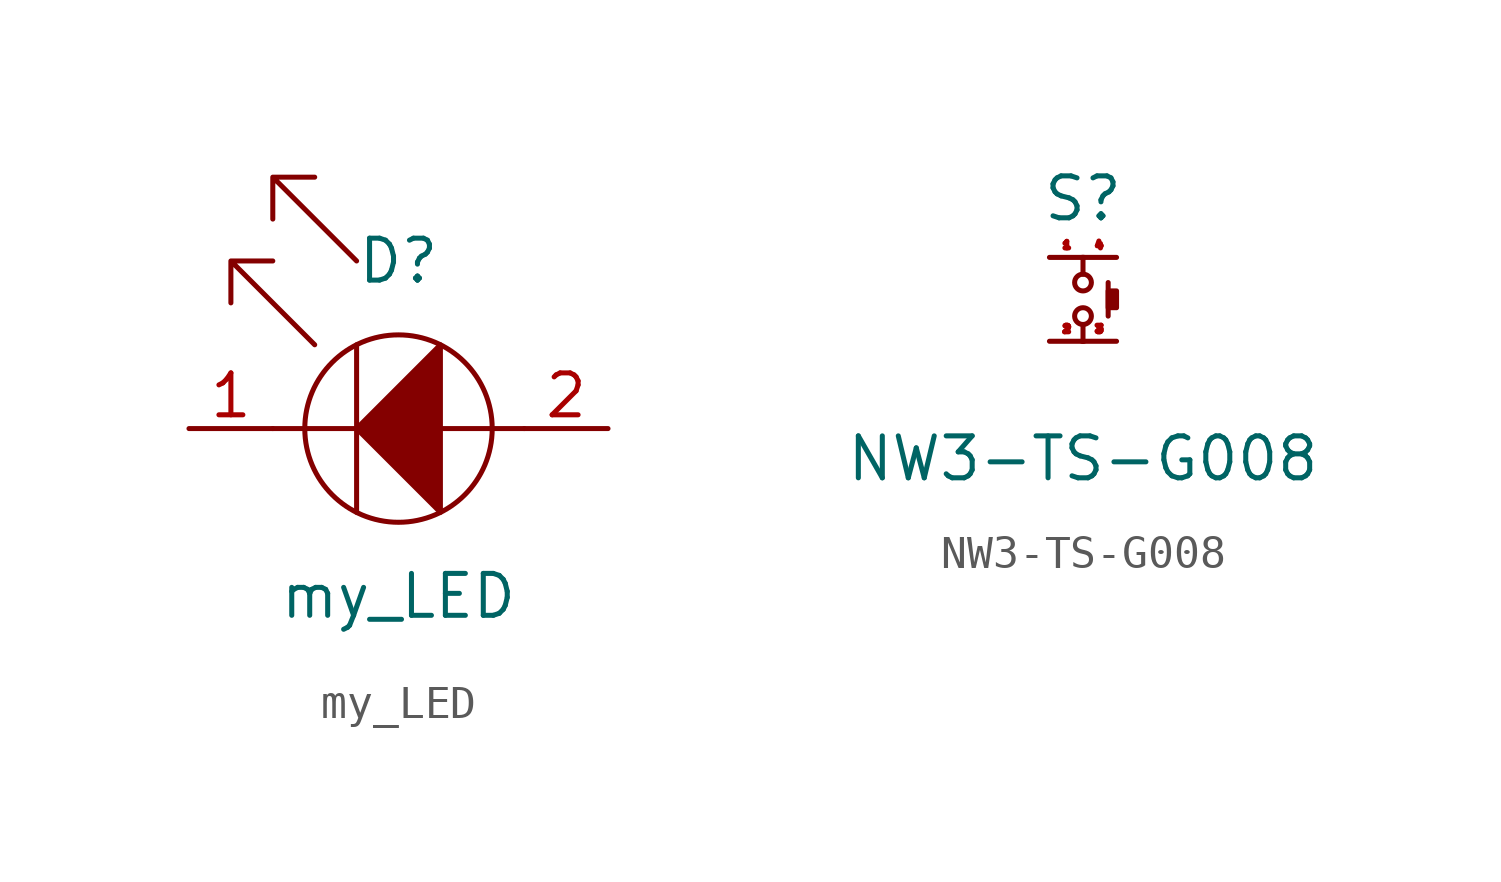
<source format=kicad_sym>
(kicad_symbol_lib
  (version 20211014)
  (generator kicad_symbol_editor)
  (symbol "my_LED"
    (property "Reference" "D"
      (at 0 5.08 0)
      (effects (font (size 1.27 1.27))))
    (property "Value" "my_LED"
      (at 0 -5.08 0)
      (effects (font (size 1.27 1.27))))
    (symbol "my_LED_0_1"
      (polyline (pts (xy -3.81 0) (xy 3.81 0)) (stroke (width 0) (type default) (color 0 0 0 0)) (fill (type none)))
      (polyline (pts (xy -1.27 2.54) (xy -1.27 -2.54)) (stroke (width 0) (type default) (color 0 0 0 0)) (fill (type none)))
      (polyline (pts (xy -5.08 3.81) (xy -5.08 5.08) (xy -3.81 5.08) (xy -5.08 5.08) (xy -2.54 2.54)) (stroke (width 0) (type default) (color 0 0 0 0)) (fill (type none)))
      (polyline (pts (xy 1.27 2.54) (xy 1.27 -2.54) (xy -1.27 0) (xy 1.27 2.54) (xy -1.27 0)) (stroke (width 0) (type default) (color 0 0 0 0)) (fill (type outline)))
      (polyline (pts (xy -3.81 7.62) (xy -3.81 6.35) (xy -3.81 7.62) (xy -2.54 7.62) (xy -3.81 7.62) (xy -1.27 5.08)) (stroke (width 0) (type default) (color 0 0 0 0)) (fill (type none)))
      (circle (center 0 0) (radius 2.84) (stroke (width 0) (type default) (color 0 0 0 0)) (fill (type none))))
    (symbol "my_LED_1_1"
      (pin input line (at -6.35 0 0) (length 2.54) (name "" (effects (font (size 1.27 1.27)))) (number "1" (effects (font (size 1.27 1.27)))))
      (pin input line (at 6.35 0 180) (length 2.54) (name "" (effects (font (size 1.27 1.27)))) (number "2" (effects (font (size 1.27 1.27)))))))
  (symbol "NW3-TS-G008"
    (property "Reference" "S"
      (at 1.016 1.778 0)
      (effects (font (size 1.27 1.27))))
    (property "Value" "NW3-TS-G008"
      (at 1.016 -6.096 0)
      (effects (font (size 1.27 1.27))))
    (symbol "NW3-TS-G008_0_1"
      (polyline (pts (xy 1.016 -2.032) (xy 1.016 -2.54)) (stroke (width 0) (type default) (color 0 0 0 0)) (fill (type none)))
      (polyline (pts (xy 1.016 0) (xy 1.016 -0.508)) (stroke (width 0) (type default) (color 0 0 0 0)) (fill (type none)))
      (polyline (pts (xy 1.778 -0.762) (xy 1.778 -1.778)) (stroke (width 0) (type default) (color 0 0 0 0)) (fill (type none)))
      (circle (center 1.016 -1.778) (radius 0.254) (stroke (width 0) (type default) (color 0 0 0 0)) (fill (type none)))
      (circle (center 1.016 -0.762) (radius 0.254) (stroke (width 0) (type default) (color 0 0 0 0)) (fill (type none)))
      (rectangle (start 1.778 -1.016) (end 2.032 -1.524) (stroke (width 0) (type default) (color 0 0 0 0)) (fill (type outline))))
    (symbol "NW3-TS-G008_1_1"
      (pin input line (at 0 0 0) (length 1.05) (name "" (effects (font (size 0.5 0.5)))) (number "1" (effects (font (size 0.2 0.2)))))
      (pin input line (at 0 -2.54 0) (length 1.05) (name "" (effects (font (size 0.5 0.5)))) (number "2" (effects (font (size 0.2 0.2)))))
      (pin input line (at 2.032 -2.54 180) (length 1.05) (name "" (effects (font (size 0.5 0.5)))) (number "3" (effects (font (size 0.2 0.2)))))
      (pin input line (at 2.032 0 180) (length 1.05) (name "" (effects (font (size 0.5 0.5)))) (number "4" (effects (font (size 0.2 0.2))))))))
</source>
